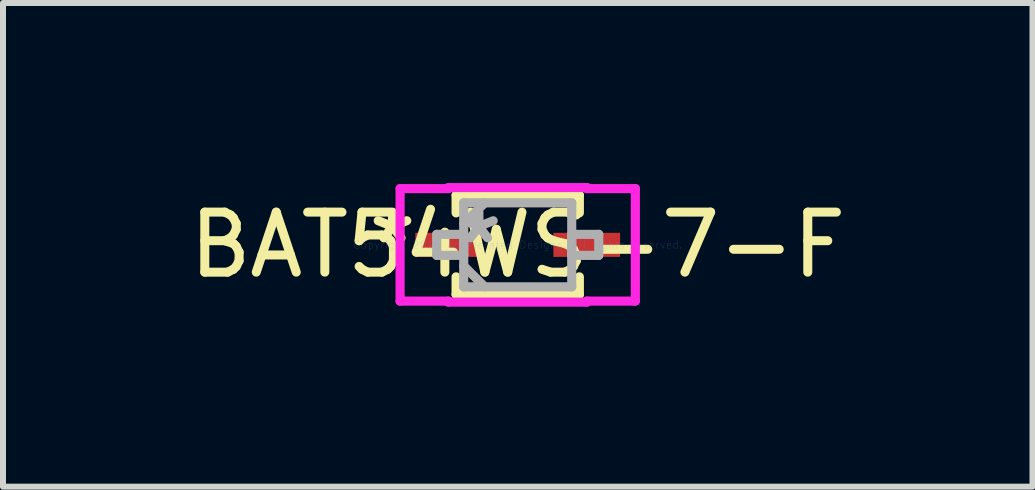
<source format=kicad_pcb>
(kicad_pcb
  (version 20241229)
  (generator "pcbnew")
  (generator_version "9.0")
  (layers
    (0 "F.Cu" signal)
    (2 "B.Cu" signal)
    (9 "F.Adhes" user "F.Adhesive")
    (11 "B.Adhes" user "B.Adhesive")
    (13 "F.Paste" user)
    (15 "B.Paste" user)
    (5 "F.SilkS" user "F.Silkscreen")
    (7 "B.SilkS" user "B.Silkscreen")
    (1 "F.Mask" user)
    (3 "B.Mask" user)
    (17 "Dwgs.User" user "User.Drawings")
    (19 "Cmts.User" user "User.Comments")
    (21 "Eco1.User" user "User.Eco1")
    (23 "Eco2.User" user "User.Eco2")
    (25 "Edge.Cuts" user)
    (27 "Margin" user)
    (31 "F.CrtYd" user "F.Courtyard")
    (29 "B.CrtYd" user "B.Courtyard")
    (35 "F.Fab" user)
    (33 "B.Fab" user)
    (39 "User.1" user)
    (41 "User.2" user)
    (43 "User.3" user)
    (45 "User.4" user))
  (footprint "BAT54WS-7-F"
    (layer "F.Cu")
    (at 5.577 1.03)
    (property "Reference" "BAT54WS-7-F" (at 0 0 0) (layer "F.SilkS") (effects (font (size 1 1) (thickness 0.15))))
    (attr through_hole)
    (fp_line (start -1.027 -0.827) (end -1.027 -0.533) (stroke (width 0.152) (type solid)) (layer "F.SilkS"))
    (fp_line (start -1.027 0.533) (end -1.027 0.827) (stroke (width 0.152) (type solid)) (layer "F.SilkS"))
    (fp_line (start -1.027 0.827) (end 1.027 0.827) (stroke (width 0.152) (type solid)) (layer "F.SilkS"))
    (fp_line (start 1.027 -0.827) (end -1.027 -0.827) (stroke (width 0.152) (type solid)) (layer "F.SilkS"))
    (fp_line (start 1.027 -0.533) (end 1.027 -0.827) (stroke (width 0.152) (type solid)) (layer "F.SilkS"))
    (fp_line (start 1.027 0.827) (end 1.027 0.533) (stroke (width 0.152) (type solid)) (layer "F.SilkS"))
    (fp_line (start -1.96 -0.937) (end -1.154 -0.937) (stroke (width 0.152) (type solid)) (layer "F.CrtYd"))
    (fp_line (start -1.96 0.937) (end -1.96 -0.937) (stroke (width 0.152) (type solid)) (layer "F.CrtYd"))
    (fp_line (start -1.154 -0.954) (end 1.154 -0.954) (stroke (width 0.152) (type solid)) (layer "F.CrtYd"))
    (fp_line (start -1.154 -0.937) (end -1.154 -0.954) (stroke (width 0.152) (type solid)) (layer "F.CrtYd"))
    (fp_line (start -1.154 0.937) (end -1.96 0.937) (stroke (width 0.152) (type solid)) (layer "F.CrtYd"))
    (fp_line (start -1.154 0.954) (end -1.154 0.937) (stroke (width 0.152) (type solid)) (layer "F.CrtYd"))
    (fp_line (start 1.154 -0.954) (end 1.154 -0.937) (stroke (width 0.152) (type solid)) (layer "F.CrtYd"))
    (fp_line (start 1.154 -0.937) (end 1.96 -0.937) (stroke (width 0.152) (type solid)) (layer "F.CrtYd"))
    (fp_line (start 1.154 0.937) (end 1.154 0.954) (stroke (width 0.152) (type solid)) (layer "F.CrtYd"))
    (fp_line (start 1.154 0.954) (end -1.154 0.954) (stroke (width 0.152) (type solid)) (layer "F.CrtYd"))
    (fp_line (start 1.96 -0.937) (end 1.96 0.937) (stroke (width 0.152) (type solid)) (layer "F.CrtYd"))
    (fp_line (start 1.96 0.937) (end 1.154 0.937) (stroke (width 0.152) (type solid)) (layer "F.CrtYd"))
    (fp_line (start -1.35 -0.175) (end -1.35 0.175) (stroke (width 0.152) (type solid)) (layer "F.Fab"))
    (fp_line (start -1.35 0.175) (end -0.9 0.175) (stroke (width 0.152) (type solid)) (layer "F.Fab"))
    (fp_line (start -0.9 -0.7) (end -0.9 0.7) (stroke (width 0.152) (type solid)) (layer "F.Fab"))
    (fp_line (start -0.9 -0.35) (end -0.55 -0.7) (stroke (width 0.152) (type solid)) (layer "F.Fab"))
    (fp_line (start -0.9 -0.175) (end -1.35 -0.175) (stroke (width 0.152) (type solid)) (layer "F.Fab"))
    (fp_line (start -0.9 0.175) (end -0.9 -0.175) (stroke (width 0.152) (type solid)) (layer "F.Fab"))
    (fp_line (start -0.9 0.35) (end -0.55 0.7) (stroke (width 0.152) (type solid)) (layer "F.Fab"))
    (fp_line (start -0.9 0.7) (end 0.9 0.7) (stroke (width 0.152) (type solid)) (layer "F.Fab"))
    (fp_line (start 0.9 -0.7) (end -0.9 -0.7) (stroke (width 0.152) (type solid)) (layer "F.Fab"))
    (fp_line (start 0.9 -0.175) (end 0.9 0.175) (stroke (width 0.152) (type solid)) (layer "F.Fab"))
    (fp_line (start 0.9 0.175) (end 1.35 0.175) (stroke (width 0.152) (type solid)) (layer "F.Fab"))
    (fp_line (start 0.9 0.7) (end 0.9 -0.7) (stroke (width 0.152) (type solid)) (layer "F.Fab"))
    (fp_line (start 1.35 -0.175) (end 0.9 -0.175) (stroke (width 0.152) (type solid)) (layer "F.Fab"))
    (fp_line (start 1.35 0.175) (end 1.35 -0.175) (stroke (width 0.152) (type solid)) (layer "F.Fab"))
    (fp_text user "*" (at -2.087 0 0) (layer "F.SilkS") (effects (font (size 1 1) (thickness 0.15))))
    (fp_text user "Copyright 2016 Accelerated Designs. All rights reserved." (at 0 0 0) (layer "Cmts.User") (effects (font (size 0.127 0.127) (thickness 0.002))))
    (fp_text user "*" (at -0.646 0 0) (layer "F.Fab") (effects (font (size 1 1) (thickness 0.15))))
    (pad "1" smd rect (at -1.15 0) (size 1.111 0.401) (layers "F.Cu" "F.Mask" "F.Paste"))
    (pad "2" smd rect (at 1.15 0) (size 1.111 0.401) (layers "F.Cu" "F.Mask" "F.Paste")))
  (gr_rect
    (start -3 -3)
    (end 14.155 5.06)
    (stroke (width 0.1) (type default))
    (fill no)
    (layer "Edge.Cuts")))
</source>
